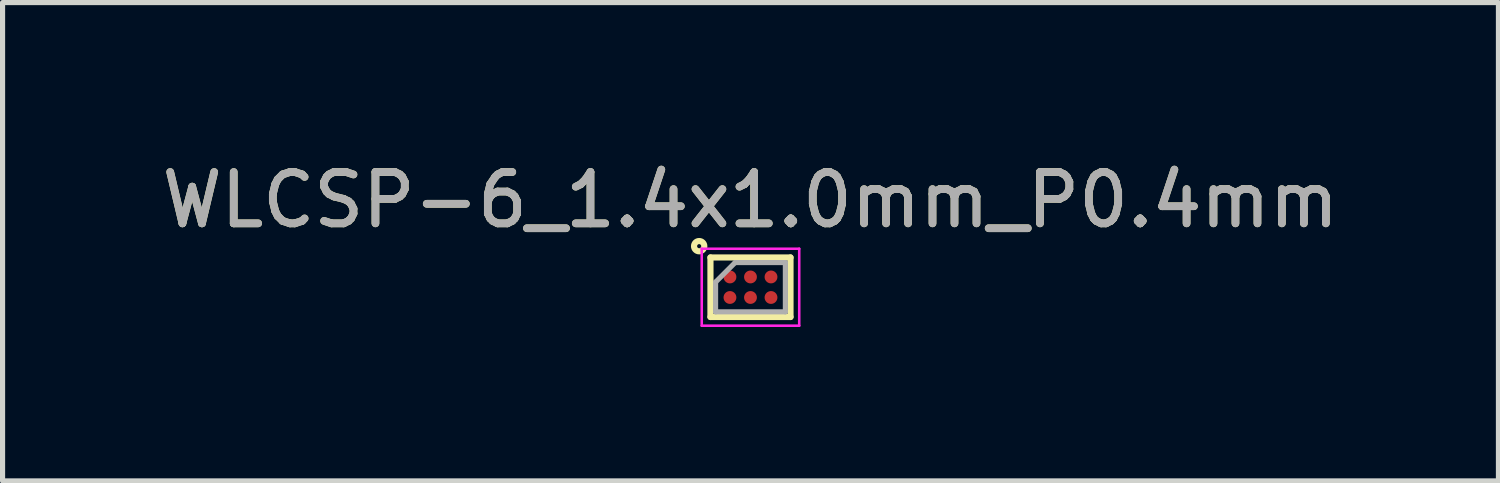
<source format=kicad_pcb>
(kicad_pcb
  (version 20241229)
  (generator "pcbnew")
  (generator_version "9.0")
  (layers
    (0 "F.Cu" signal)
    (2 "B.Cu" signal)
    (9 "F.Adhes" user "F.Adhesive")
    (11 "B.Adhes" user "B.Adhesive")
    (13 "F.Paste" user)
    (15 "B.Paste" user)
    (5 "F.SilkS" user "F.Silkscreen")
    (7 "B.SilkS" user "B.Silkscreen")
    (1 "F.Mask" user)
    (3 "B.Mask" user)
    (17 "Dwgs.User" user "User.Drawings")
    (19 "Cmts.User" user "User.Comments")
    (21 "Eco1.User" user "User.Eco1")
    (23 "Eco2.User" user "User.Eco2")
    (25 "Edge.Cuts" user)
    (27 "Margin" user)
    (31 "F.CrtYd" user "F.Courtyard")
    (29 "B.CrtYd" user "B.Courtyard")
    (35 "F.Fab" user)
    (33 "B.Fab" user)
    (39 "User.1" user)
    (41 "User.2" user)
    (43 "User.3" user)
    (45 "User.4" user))
  (footprint "WLCSP-6_1.4x1.0mm_P0.4mm"
    (layer "F.Cu")
    (at 11.577 2.548)
    (property "Reference" "WLCSP-6_1.4x1.0mm_P0.4mm" (at 0 -1.7 0) (layer "F.SilkS") (effects (font (size 1 1) (thickness 0.15))))
    (attr smd)
    (fp_line (start -0.78 -0.58) (end 0.78 -0.58) (stroke (width 0.12) (type solid)) (layer "F.SilkS"))
    (fp_line (start -0.78 0.58) (end -0.78 -0.58) (stroke (width 0.12) (type solid)) (layer "F.SilkS"))
    (fp_line (start 0.78 -0.58) (end 0.78 0.58) (stroke (width 0.12) (type solid)) (layer "F.SilkS"))
    (fp_line (start 0.78 0.58) (end -0.78 0.58) (stroke (width 0.12) (type solid)) (layer "F.SilkS"))
    (fp_circle (center -1 -0.8) (end -0.9 -0.8) (stroke (width 0.12) (type solid)) (fill no) (layer "F.SilkS"))
    (fp_line (start -0.95 -0.75) (end 0.95 -0.75) (stroke (width 0.05) (type solid)) (layer "F.CrtYd"))
    (fp_line (start -0.95 0.75) (end -0.95 -0.75) (stroke (width 0.05) (type solid)) (layer "F.CrtYd"))
    (fp_line (start 0.95 -0.75) (end 0.95 0.75) (stroke (width 0.05) (type solid)) (layer "F.CrtYd"))
    (fp_line (start 0.95 0.75) (end -0.95 0.75) (stroke (width 0.05) (type solid)) (layer "F.CrtYd"))
    (fp_line (start -0.68 -0.1) (end -0.3 -0.48) (stroke (width 0.1) (type solid)) (layer "F.Fab"))
    (fp_line (start -0.68 0.48) (end -0.68 -0.1) (stroke (width 0.1) (type solid)) (layer "F.Fab"))
    (fp_line (start -0.3 -0.48) (end 0.68 -0.48) (stroke (width 0.1) (type solid)) (layer "F.Fab"))
    (fp_line (start 0.68 -0.48) (end 0.68 0.48) (stroke (width 0.1) (type solid)) (layer "F.Fab"))
    (fp_line (start 0.68 0.48) (end -0.68 0.48) (stroke (width 0.1) (type solid)) (layer "F.Fab"))
    (fp_text user "${REFERENCE}" (at 0 -1.7 0) (layer "F.Fab") (effects (font (size 1 1) (thickness 0.15))))
    (pad "A1" smd circle (at -0.4 -0.2 90) (size 0.25 0.25) (layers "F.Cu" "F.Mask" "F.Paste"))
    (pad "A2" smd circle (at -0.4 0.2 90) (size 0.25 0.25) (layers "F.Cu" "F.Mask" "F.Paste"))
    (pad "B1" smd circle (at 0 -0.2 90) (size 0.25 0.25) (layers "F.Cu" "F.Mask" "F.Paste"))
    (pad "B2" smd circle (at 0 0.2 90) (size 0.25 0.25) (layers "F.Cu" "F.Mask" "F.Paste"))
    (pad "C1" smd circle (at 0.4 -0.2 90) (size 0.25 0.25) (layers "F.Cu" "F.Mask" "F.Paste"))
    (pad "C2" smd circle (at 0.4 0.2 90) (size 0.25 0.25) (layers "F.Cu" "F.Mask" "F.Paste")))
  (gr_rect
    (start -3 -3)
    (end 26.155 6.323)
    (stroke (width 0.1) (type default))
    (fill no)
    (layer "Edge.Cuts")))
</source>
